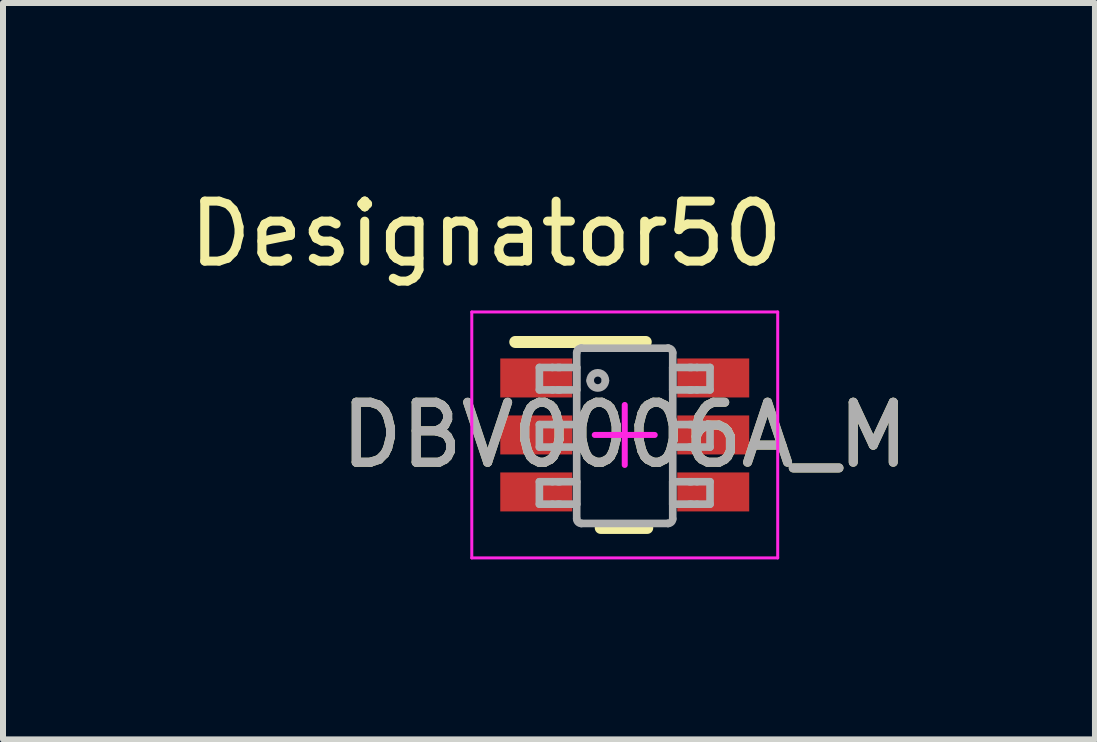
<source format=kicad_pcb>
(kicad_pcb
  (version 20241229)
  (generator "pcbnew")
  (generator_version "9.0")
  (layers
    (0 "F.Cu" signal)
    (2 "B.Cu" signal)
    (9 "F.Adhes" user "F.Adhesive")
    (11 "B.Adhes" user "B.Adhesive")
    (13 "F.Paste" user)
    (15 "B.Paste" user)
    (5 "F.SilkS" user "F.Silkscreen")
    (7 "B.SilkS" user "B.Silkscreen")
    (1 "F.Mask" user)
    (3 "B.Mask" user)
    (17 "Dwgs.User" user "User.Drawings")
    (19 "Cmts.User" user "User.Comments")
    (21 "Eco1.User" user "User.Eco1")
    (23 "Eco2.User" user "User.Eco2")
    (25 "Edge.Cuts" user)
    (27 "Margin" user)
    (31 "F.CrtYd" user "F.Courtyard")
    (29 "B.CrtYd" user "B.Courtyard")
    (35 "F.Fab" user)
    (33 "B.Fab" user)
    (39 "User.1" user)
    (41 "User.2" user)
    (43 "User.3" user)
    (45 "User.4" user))
  (footprint "DBV0006A_M"
    (layer "F.Cu")
    (at 7.365 4.201)
    (property "Reference" "DBV0006A_M" (at 0 0 0) (unlocked yes) (layer "F.SilkS") (effects (font (size 1 1) (thickness 0.15))))
    (attr smd)
    (fp_line (start -1.825 -1.55) (end 0.35 -1.55) (stroke (width 0.2) (type solid)) (layer "F.SilkS"))
    (fp_line (start -0.4 1.55) (end 0.375 1.55) (stroke (width 0.2) (type solid)) (layer "F.SilkS"))
    (fp_line (start -2.55 -2.05) (end 2.55 -2.05) (stroke (width 0.05) (type solid)) (layer "F.CrtYd"))
    (fp_line (start -2.55 2.05) (end -2.55 -2.05) (stroke (width 0.05) (type solid)) (layer "F.CrtYd"))
    (fp_line (start -2.55 2.05) (end 2.55 2.05) (stroke (width 0.05) (type solid)) (layer "F.CrtYd"))
    (fp_line (start -0.5 0) (end 0.5 0) (stroke (width 0.1) (type solid)) (layer "F.CrtYd"))
    (fp_line (start 0 0.5) (end 0 -0.5) (stroke (width 0.1) (type solid)) (layer "F.CrtYd"))
    (fp_line (start 2.55 2.05) (end 2.55 -2.05) (stroke (width 0.05) (type solid)) (layer "F.CrtYd"))
    (fp_line (start -1.423 -1.125) (end -1.206 -1.125) (stroke (width 0.127) (type solid)) (layer "F.Fab"))
    (fp_line (start -1.423 -0.751) (end -1.423 -1.125) (stroke (width 0.127) (type solid)) (layer "F.Fab"))
    (fp_line (start -1.423 -0.751) (end -1.206 -0.751) (stroke (width 0.127) (type solid)) (layer "F.Fab"))
    (fp_line (start -1.423 -0.173) (end -1.206 -0.173) (stroke (width 0.127) (type solid)) (layer "F.Fab"))
    (fp_line (start -1.423 0.202) (end -1.423 -0.173) (stroke (width 0.127) (type solid)) (layer "F.Fab"))
    (fp_line (start -1.423 0.202) (end -1.206 0.202) (stroke (width 0.127) (type solid)) (layer "F.Fab"))
    (fp_line (start -1.423 0.78) (end -1.206 0.78) (stroke (width 0.127) (type solid)) (layer "F.Fab"))
    (fp_line (start -1.423 1.154) (end -1.423 0.78) (stroke (width 0.127) (type solid)) (layer "F.Fab"))
    (fp_line (start -1.423 1.154) (end -1.206 1.154) (stroke (width 0.127) (type solid)) (layer "F.Fab"))
    (fp_line (start -1.206 -1.125) (end -1.113 -1.125) (stroke (width 0.127) (type solid)) (layer "F.Fab"))
    (fp_line (start -1.206 -0.751) (end -1.113 -0.751) (stroke (width 0.127) (type solid)) (layer "F.Fab"))
    (fp_line (start -1.206 -0.173) (end -1.113 -0.173) (stroke (width 0.127) (type solid)) (layer "F.Fab"))
    (fp_line (start -1.206 0.202) (end -1.113 0.202) (stroke (width 0.127) (type solid)) (layer "F.Fab"))
    (fp_line (start -1.206 0.78) (end -1.113 0.78) (stroke (width 0.127) (type solid)) (layer "F.Fab"))
    (fp_line (start -1.206 1.154) (end -1.113 1.154) (stroke (width 0.127) (type solid)) (layer "F.Fab"))
    (fp_line (start -1.113 -1.125) (end -1.081 -1.125) (stroke (width 0.127) (type solid)) (layer "F.Fab"))
    (fp_line (start -1.113 -0.751) (end -1.081 -0.751) (stroke (width 0.127) (type solid)) (layer "F.Fab"))
    (fp_line (start -1.113 -0.173) (end -1.081 -0.173) (stroke (width 0.127) (type solid)) (layer "F.Fab"))
    (fp_line (start -1.113 0.202) (end -1.081 0.202) (stroke (width 0.127) (type solid)) (layer "F.Fab"))
    (fp_line (start -1.113 0.78) (end -1.081 0.78) (stroke (width 0.127) (type solid)) (layer "F.Fab"))
    (fp_line (start -1.113 1.154) (end -1.081 1.154) (stroke (width 0.127) (type solid)) (layer "F.Fab"))
    (fp_line (start -1.081 -1.125) (end -0.828 -1.125) (stroke (width 0.127) (type solid)) (layer "F.Fab"))
    (fp_line (start -1.081 -0.751) (end -0.828 -0.751) (stroke (width 0.127) (type solid)) (layer "F.Fab"))
    (fp_line (start -1.081 -0.173) (end -0.828 -0.173) (stroke (width 0.127) (type solid)) (layer "F.Fab"))
    (fp_line (start -1.081 0.202) (end -0.828 0.202) (stroke (width 0.127) (type solid)) (layer "F.Fab"))
    (fp_line (start -1.081 0.78) (end -0.828 0.78) (stroke (width 0.127) (type solid)) (layer "F.Fab"))
    (fp_line (start -1.081 1.154) (end -0.828 1.154) (stroke (width 0.127) (type solid)) (layer "F.Fab"))
    (fp_line (start -0.828 -1.125) (end -0.801 -1.125) (stroke (width 0.127) (type solid)) (layer "F.Fab"))
    (fp_line (start -0.828 -0.751) (end -0.801 -0.751) (stroke (width 0.127) (type solid)) (layer "F.Fab"))
    (fp_line (start -0.828 -0.173) (end -0.801 -0.173) (stroke (width 0.127) (type solid)) (layer "F.Fab"))
    (fp_line (start -0.828 0.202) (end -0.801 0.202) (stroke (width 0.127) (type solid)) (layer "F.Fab"))
    (fp_line (start -0.828 0.78) (end -0.801 0.78) (stroke (width 0.127) (type solid)) (layer "F.Fab"))
    (fp_line (start -0.828 1.154) (end -0.801 1.154) (stroke (width 0.127) (type solid)) (layer "F.Fab"))
    (fp_line (start -0.801 -0.751) (end -0.801 -1.125) (stroke (width 0.127) (type solid)) (layer "F.Fab"))
    (fp_line (start -0.801 0.202) (end -0.801 -0.173) (stroke (width 0.127) (type solid)) (layer "F.Fab"))
    (fp_line (start -0.801 1.154) (end -0.801 0.78) (stroke (width 0.127) (type solid)) (layer "F.Fab"))
    (fp_line (start -0.801 1.399) (end -0.801 -1.37) (stroke (width 0.127) (type solid)) (layer "F.Fab"))
    (fp_line (start -0.725 -1.446) (end -0.724 -1.446) (stroke (width 0.127) (type solid)) (layer "F.Fab"))
    (fp_line (start -0.725 1.475) (end -0.724 1.475) (stroke (width 0.127) (type solid)) (layer "F.Fab"))
    (fp_line (start -0.724 -1.446) (end 0.723 -1.446) (stroke (width 0.127) (type solid)) (layer "F.Fab"))
    (fp_line (start -0.724 1.475) (end 0.723 1.475) (stroke (width 0.127) (type solid)) (layer "F.Fab"))
    (fp_line (start 0.723 -1.446) (end 0.724 -1.446) (stroke (width 0.127) (type solid)) (layer "F.Fab"))
    (fp_line (start 0.723 1.475) (end 0.724 1.475) (stroke (width 0.127) (type solid)) (layer "F.Fab"))
    (fp_line (start 0.8 -1.125) (end 0.827 -1.125) (stroke (width 0.127) (type solid)) (layer "F.Fab"))
    (fp_line (start 0.8 -0.751) (end 0.8 -1.125) (stroke (width 0.127) (type solid)) (layer "F.Fab"))
    (fp_line (start 0.8 -0.751) (end 0.827 -0.751) (stroke (width 0.127) (type solid)) (layer "F.Fab"))
    (fp_line (start 0.8 -0.173) (end 0.827 -0.173) (stroke (width 0.127) (type solid)) (layer "F.Fab"))
    (fp_line (start 0.8 0.202) (end 0.8 -0.173) (stroke (width 0.127) (type solid)) (layer "F.Fab"))
    (fp_line (start 0.8 0.202) (end 0.827 0.202) (stroke (width 0.127) (type solid)) (layer "F.Fab"))
    (fp_line (start 0.8 0.78) (end 0.827 0.78) (stroke (width 0.127) (type solid)) (layer "F.Fab"))
    (fp_line (start 0.8 1.154) (end 0.8 0.78) (stroke (width 0.127) (type solid)) (layer "F.Fab"))
    (fp_line (start 0.8 1.154) (end 0.827 1.154) (stroke (width 0.127) (type solid)) (layer "F.Fab"))
    (fp_line (start 0.8 1.399) (end 0.8 -1.37) (stroke (width 0.127) (type solid)) (layer "F.Fab"))
    (fp_line (start 0.827 -1.125) (end 1.08 -1.125) (stroke (width 0.127) (type solid)) (layer "F.Fab"))
    (fp_line (start 0.827 -0.751) (end 1.08 -0.751) (stroke (width 0.127) (type solid)) (layer "F.Fab"))
    (fp_line (start 0.827 -0.173) (end 1.08 -0.173) (stroke (width 0.127) (type solid)) (layer "F.Fab"))
    (fp_line (start 0.827 0.202) (end 1.08 0.202) (stroke (width 0.127) (type solid)) (layer "F.Fab"))
    (fp_line (start 0.827 0.78) (end 1.08 0.78) (stroke (width 0.127) (type solid)) (layer "F.Fab"))
    (fp_line (start 0.827 1.154) (end 1.08 1.154) (stroke (width 0.127) (type solid)) (layer "F.Fab"))
    (fp_line (start 1.08 -1.125) (end 1.112 -1.125) (stroke (width 0.127) (type solid)) (layer "F.Fab"))
    (fp_line (start 1.08 -0.751) (end 1.112 -0.751) (stroke (width 0.127) (type solid)) (layer "F.Fab"))
    (fp_line (start 1.08 -0.173) (end 1.112 -0.173) (stroke (width 0.127) (type solid)) (layer "F.Fab"))
    (fp_line (start 1.08 0.202) (end 1.112 0.202) (stroke (width 0.127) (type solid)) (layer "F.Fab"))
    (fp_line (start 1.08 0.78) (end 1.112 0.78) (stroke (width 0.127) (type solid)) (layer "F.Fab"))
    (fp_line (start 1.08 1.154) (end 1.112 1.154) (stroke (width 0.127) (type solid)) (layer "F.Fab"))
    (fp_line (start 1.112 -1.125) (end 1.205 -1.125) (stroke (width 0.127) (type solid)) (layer "F.Fab"))
    (fp_line (start 1.112 -0.751) (end 1.205 -0.751) (stroke (width 0.127) (type solid)) (layer "F.Fab"))
    (fp_line (start 1.112 -0.173) (end 1.205 -0.173) (stroke (width 0.127) (type solid)) (layer "F.Fab"))
    (fp_line (start 1.112 0.202) (end 1.205 0.202) (stroke (width 0.127) (type solid)) (layer "F.Fab"))
    (fp_line (start 1.112 0.78) (end 1.205 0.78) (stroke (width 0.127) (type solid)) (layer "F.Fab"))
    (fp_line (start 1.112 1.154) (end 1.205 1.154) (stroke (width 0.127) (type solid)) (layer "F.Fab"))
    (fp_line (start 1.205 -1.125) (end 1.422 -1.125) (stroke (width 0.127) (type solid)) (layer "F.Fab"))
    (fp_line (start 1.205 -0.751) (end 1.422 -0.751) (stroke (width 0.127) (type solid)) (layer "F.Fab"))
    (fp_line (start 1.205 -0.173) (end 1.422 -0.173) (stroke (width 0.127) (type solid)) (layer "F.Fab"))
    (fp_line (start 1.205 0.202) (end 1.422 0.202) (stroke (width 0.127) (type solid)) (layer "F.Fab"))
    (fp_line (start 1.205 0.78) (end 1.422 0.78) (stroke (width 0.127) (type solid)) (layer "F.Fab"))
    (fp_line (start 1.205 1.154) (end 1.422 1.154) (stroke (width 0.127) (type solid)) (layer "F.Fab"))
    (fp_line (start 1.422 -0.751) (end 1.422 -1.125) (stroke (width 0.127) (type solid)) (layer "F.Fab"))
    (fp_line (start 1.422 0.202) (end 1.422 -0.173) (stroke (width 0.127) (type solid)) (layer "F.Fab"))
    (fp_line (start 1.422 1.154) (end 1.422 0.78) (stroke (width 0.127) (type solid)) (layer "F.Fab"))
    (fp_arc (start -0.800692 -1.369901) (mid -0.778512 -1.423533) (end -0.724999 -1.446) (stroke (width 0.127) (type solid)) (layer "F.Fab"))
    (fp_arc (start -0.724999 1.475002) (mid -0.778507 1.452548) (end -0.800692 1.398928) (stroke (width 0.127) (type solid)) (layer "F.Fab"))
    (fp_arc (start -0.576537 -0.906071) (mid -0.449562 -1.033046) (end -0.322588 -0.906071) (stroke (width 0.127) (type solid)) (layer "F.Fab"))
    (fp_arc (start -0.322588 -0.906071) (mid -0.449562 -0.779097) (end -0.576537 -0.906071) (stroke (width 0.127) (type solid)) (layer "F.Fab"))
    (fp_arc (start 0.723841 -1.446) (mid 0.777341 -1.423528) (end 0.799508 -1.369901) (stroke (width 0.127) (type solid)) (layer "F.Fab"))
    (fp_arc (start 0.799508 1.398928) (mid 0.777336 1.452543) (end 0.723841 1.475002) (stroke (width 0.127) (type solid)) (layer "F.Fab"))
    (fp_text user "Designator50" (at -2.311 -3.353 0) (unlocked yes) (layer "F.SilkS") (effects (font (size 1 1) (thickness 0.15))))
    (fp_text user "${REFERENCE}" (at 0 0 0) (unlocked yes) (layer "F.Fab") (effects (font (size 1 1) (thickness 0.15))))
    (pad "1" smd rect (at -1.475 -0.95 90) (size 0.65 1.2) (layers "F.Cu" "F.Mask" "F.Paste"))
    (pad "2" smd rect (at -1.475 0 90) (size 0.65 1.2) (layers "F.Cu" "F.Mask" "F.Paste"))
    (pad "3" smd rect (at -1.475 0.95 90) (size 0.65 1.2) (layers "F.Cu" "F.Mask" "F.Paste"))
    (pad "4" smd rect (at 1.475 0.95 90) (size 0.65 1.2) (layers "F.Cu" "F.Mask" "F.Paste"))
    (pad "5" smd rect (at 1.475 0 90) (size 0.65 1.2) (layers "F.Cu" "F.Mask" "F.Paste"))
    (pad "6" smd rect (at 1.475 -0.95 90) (size 0.65 1.2) (layers "F.Cu" "F.Mask" "F.Paste")))
  (gr_rect
    (start -3 -3)
    (end 15.204 9.276)
    (stroke (width 0.1) (type default))
    (fill no)
    (layer "Edge.Cuts")))
</source>
